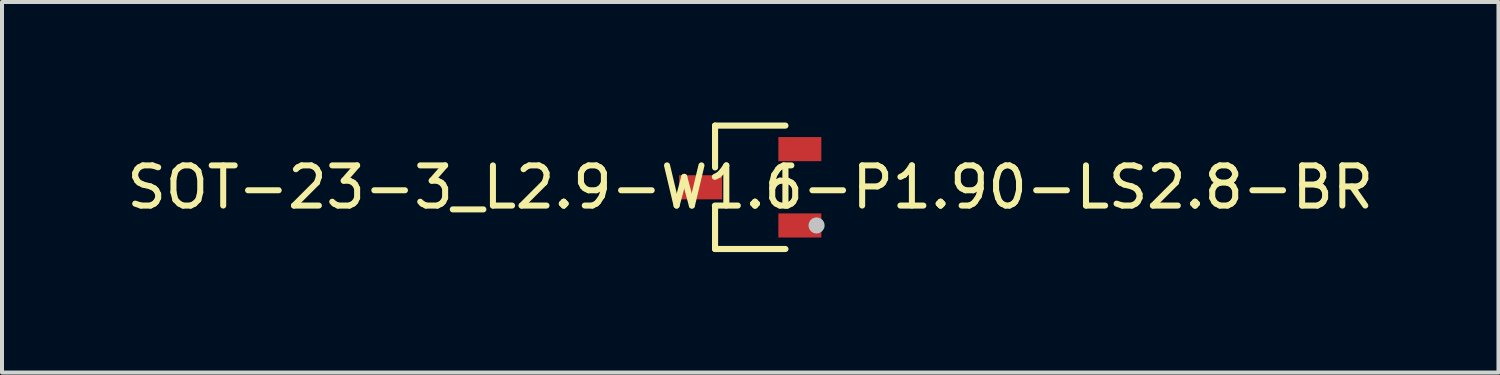
<source format=kicad_pcb>
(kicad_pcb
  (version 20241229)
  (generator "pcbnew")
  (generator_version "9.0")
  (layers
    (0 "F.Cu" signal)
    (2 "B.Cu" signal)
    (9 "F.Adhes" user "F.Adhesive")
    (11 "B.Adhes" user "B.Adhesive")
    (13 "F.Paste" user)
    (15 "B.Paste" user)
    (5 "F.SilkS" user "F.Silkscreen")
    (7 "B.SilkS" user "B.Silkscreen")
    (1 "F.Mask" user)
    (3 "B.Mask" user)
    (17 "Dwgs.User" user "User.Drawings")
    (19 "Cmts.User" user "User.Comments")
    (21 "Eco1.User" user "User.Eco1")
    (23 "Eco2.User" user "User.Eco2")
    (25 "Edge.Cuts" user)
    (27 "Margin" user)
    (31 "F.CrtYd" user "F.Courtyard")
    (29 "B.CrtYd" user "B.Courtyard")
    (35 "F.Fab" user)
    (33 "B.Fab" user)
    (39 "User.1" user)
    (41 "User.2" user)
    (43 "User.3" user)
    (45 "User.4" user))
  (footprint "SOT-23-3_L2.9-W1.6-P1.90-LS2.8-BR"
    (layer "F.Cu")
    (at 15.625 1.612)
    (property "Reference" "SOT-23-3_L2.9-W1.6-P1.90-LS2.8-BR" (at 0 0 0) (layer "F.SilkS") (effects (font (size 1 1) (thickness 0.15))))
    (fp_line (start -0.876 -1.536) (end -0.876 -0.494) (stroke (width 0.152) (type default)) (layer "F.SilkS"))
    (fp_line (start -0.876 1.536) (end -0.876 0.494) (stroke (width 0.152) (type default)) (layer "F.SilkS"))
    (fp_line (start 0.876 -1.536) (end -0.876 -1.536) (stroke (width 0.152) (type default)) (layer "F.SilkS"))
    (fp_line (start 0.876 -0.456) (end 0.876 0.456) (stroke (width 0.152) (type default)) (layer "F.SilkS"))
    (fp_line (start 0.876 1.536) (end -0.876 1.536) (stroke (width 0.152) (type default)) (layer "F.SilkS"))
    (fp_circle (center 1.651 0.95) (end 1.751 0.95) (stroke (width 0.2) (type default)) (fill no) (layer "Dwgs.User"))
    (fp_poly (pts (xy -0.96 0.2) (xy -0.96 -0.2) (xy -0.79 -0.2) (xy -0.79 0.2)) (stroke (width 0.1) (type default)) (fill no) (layer "User.1"))
    (fp_poly (pts (xy -0.95 0.2) (xy -0.95 -0.2) (xy -1.4 -0.2) (xy -1.4 0.2)) (stroke (width 0.1) (type default)) (fill no) (layer "User.1"))
    (fp_poly (pts (xy 0.79 -0.75) (xy 0.79 -1.15) (xy 0.96 -1.15) (xy 0.96 -0.75)) (stroke (width 0.1) (type default)) (fill no) (layer "User.1"))
    (fp_poly (pts (xy 0.79 1.15) (xy 0.79 0.75) (xy 0.96 0.75) (xy 0.96 1.15)) (stroke (width 0.1) (type default)) (fill no) (layer "User.1"))
    (fp_poly (pts (xy 0.95 -0.75) (xy 0.95 -1.15) (xy 1.4 -1.15) (xy 1.4 -0.75)) (stroke (width 0.1) (type default)) (fill no) (layer "User.1"))
    (fp_poly (pts (xy 0.95 1.15) (xy 0.95 0.75) (xy 1.4 0.75) (xy 1.4 1.15)) (stroke (width 0.1) (type default)) (fill no) (layer "User.1"))
    (fp_line (start -0.8 -1.46) (end 0.8 -1.46) (stroke (width 0.051) (type default)) (layer "User.2"))
    (fp_line (start -0.8 1.46) (end -0.8 -1.46) (stroke (width 0.051) (type default)) (layer "User.2"))
    (fp_line (start 0.8 -1.46) (end 0.8 1.46) (stroke (width 0.051) (type default)) (layer "User.2"))
    (fp_line (start 0.8 1.46) (end -0.8 1.46) (stroke (width 0.051) (type default)) (layer "User.2"))
    (fp_poly (pts (xy 1.455 1.437) (xy 1.423 1.405) (xy 1.377 1.405) (xy 1.345 1.437) (xy 1.345 1.483) (xy 1.377 1.515) (xy 1.423 1.515) (xy 1.455 1.483)) (stroke (width 0.1) (type default)) (fill no) (layer "User.3"))
    (pad "1" smd rect (at 1.235 0.95) (size 1.07 0.6) (layers "F.Cu" "F.Mask" "F.Paste"))
    (pad "2" smd rect (at 1.235 -0.95) (size 1.07 0.6) (layers "F.Cu" "F.Mask" "F.Paste"))
    (pad "3" smd rect (at -1.235 0) (size 1.07 0.6) (layers "F.Cu" "F.Mask" "F.Paste")))
  (gr_rect
    (start -3 -3)
    (end 34.25 6.224)
    (stroke (width 0.1) (type default))
    (fill no)
    (layer "Edge.Cuts")))
</source>
